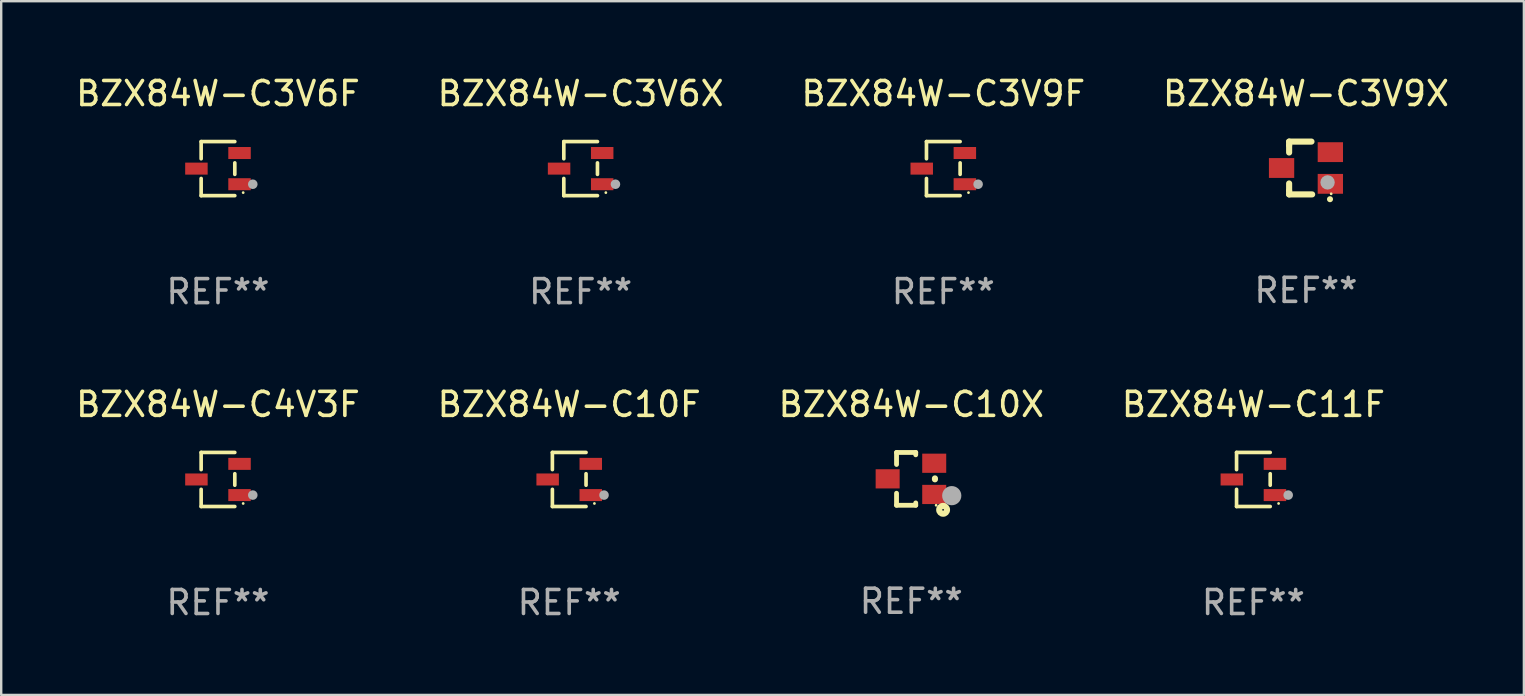
<source format=kicad_pcb>
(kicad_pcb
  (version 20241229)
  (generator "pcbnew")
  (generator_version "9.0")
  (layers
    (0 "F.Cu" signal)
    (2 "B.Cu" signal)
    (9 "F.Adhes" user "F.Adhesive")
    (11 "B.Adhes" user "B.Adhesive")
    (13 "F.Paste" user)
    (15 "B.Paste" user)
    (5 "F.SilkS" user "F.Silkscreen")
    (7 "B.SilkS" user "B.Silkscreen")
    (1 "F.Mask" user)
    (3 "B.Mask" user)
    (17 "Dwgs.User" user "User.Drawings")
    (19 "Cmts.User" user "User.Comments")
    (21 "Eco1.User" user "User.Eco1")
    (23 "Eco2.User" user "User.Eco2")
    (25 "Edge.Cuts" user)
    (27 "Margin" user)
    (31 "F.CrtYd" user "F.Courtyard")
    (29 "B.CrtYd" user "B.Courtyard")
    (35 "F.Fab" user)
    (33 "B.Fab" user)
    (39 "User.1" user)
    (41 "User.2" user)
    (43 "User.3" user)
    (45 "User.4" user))
  (footprint "BZX84W-C3V6X"
    (layer "F.Cu")
    (at 21.137 3.974)
    (property "Reference" "BZX84W-C3V6X" (at 0 -3.126 0) (layer "F.SilkS") (effects (font (size 1 1) (thickness 0.15))))
    (attr through_hole)
    (fp_line (start -0.701 -1.126) (end -0.701 -0.411) (stroke (width 0.152) (type solid)) (layer "F.SilkS"))
    (fp_line (start -0.701 1.126) (end -0.701 0.411) (stroke (width 0.152) (type solid)) (layer "F.SilkS"))
    (fp_line (start 0.701 -1.126) (end -0.701 -1.126) (stroke (width 0.152) (type solid)) (layer "F.SilkS"))
    (fp_line (start 0.701 -0.239) (end 0.701 0.239) (stroke (width 0.152) (type solid)) (layer "F.SilkS"))
    (fp_line (start 0.701 1.126) (end -0.701 1.126) (stroke (width 0.152) (type solid)) (layer "F.SilkS"))
    (fp_circle (center 1.05 1) (end 1.08 1) (stroke (width 0.06) (type solid)) (fill no) (layer "F.SilkS"))
    (fp_circle (center 1.45 0.65) (end 1.55 0.65) (stroke (width 0.2) (type solid)) (fill no) (layer "F.Fab"))
    (fp_text user "REF**" (at 0 5.126 0) (layer "F.Fab") (effects (font (size 1 1) (thickness 0.15))))
    (pad "1" smd rect (at 0.898 0.65) (size 0.936 0.5) (layers "F.Cu" "F.Mask" "F.Paste"))
    (pad "2" smd rect (at 0.898 -0.65) (size 0.936 0.5) (layers "F.Cu" "F.Mask" "F.Paste"))
    (pad "3" smd rect (at -0.898 0) (size 0.936 0.5) (layers "F.Cu" "F.Mask" "F.Paste")))
  (footprint "BZX84W-C3V9F"
    (layer "F.Cu")
    (at 36.244 3.974)
    (property "Reference" "BZX84W-C3V9F" (at 0 -3.126 0) (layer "F.SilkS") (effects (font (size 1 1) (thickness 0.15))))
    (attr through_hole)
    (fp_line (start -0.701 -1.126) (end -0.701 -0.411) (stroke (width 0.152) (type solid)) (layer "F.SilkS"))
    (fp_line (start -0.701 1.126) (end -0.701 0.411) (stroke (width 0.152) (type solid)) (layer "F.SilkS"))
    (fp_line (start 0.701 -1.126) (end -0.701 -1.126) (stroke (width 0.152) (type solid)) (layer "F.SilkS"))
    (fp_line (start 0.701 -0.239) (end 0.701 0.239) (stroke (width 0.152) (type solid)) (layer "F.SilkS"))
    (fp_line (start 0.701 1.126) (end -0.701 1.126) (stroke (width 0.152) (type solid)) (layer "F.SilkS"))
    (fp_circle (center 1.05 1) (end 1.08 1) (stroke (width 0.06) (type solid)) (fill no) (layer "F.SilkS"))
    (fp_circle (center 1.45 0.65) (end 1.55 0.65) (stroke (width 0.2) (type solid)) (fill no) (layer "F.Fab"))
    (fp_text user "REF**" (at 0 5.126 0) (layer "F.Fab") (effects (font (size 1 1) (thickness 0.15))))
    (pad "1" smd rect (at 0.898 0.65) (size 0.936 0.5) (layers "F.Cu" "F.Mask" "F.Paste"))
    (pad "2" smd rect (at 0.898 -0.65) (size 0.936 0.5) (layers "F.Cu" "F.Mask" "F.Paste"))
    (pad "3" smd rect (at -0.898 0) (size 0.936 0.5) (layers "F.Cu" "F.Mask" "F.Paste")))
  (footprint "BZX84W-C10X"
    (layer "F.Cu")
    (at 34.911 16.897)
    (property "Reference" "BZX84W-C10X" (at 0 -3.1 0) (layer "F.SilkS") (effects (font (size 1 1) (thickness 0.15))))
    (attr through_hole)
    (fp_line (start -0.615 -1.1) (end -0.615 -0.599) (stroke (width 0.2) (type solid)) (layer "F.SilkS"))
    (fp_line (start -0.615 1.1) (end -0.615 0.599) (stroke (width 0.2) (type solid)) (layer "F.SilkS"))
    (fp_line (start 0.185 -1.1) (end -0.615 -1.1) (stroke (width 0.2) (type solid)) (layer "F.SilkS"))
    (fp_line (start 0.185 -1.001) (end 0.185 -1.1) (stroke (width 0.2) (type solid)) (layer "F.SilkS"))
    (fp_line (start 0.185 1.001) (end 0.185 1.1) (stroke (width 0.2) (type solid)) (layer "F.SilkS"))
    (fp_line (start 0.185 1.1) (end -0.615 1.1) (stroke (width 0.2) (type solid)) (layer "F.SilkS"))
    (fp_line (start 0.985 0.019) (end 0.985 -0.019) (stroke (width 0.254) (type solid)) (layer "F.SilkS"))
    (fp_circle (center 1.035 1.1) (end 1.065 1.1) (stroke (width 0.06) (type solid)) (fill no) (layer "F.SilkS"))
    (fp_circle (center 1.325 1.29) (end 1.361 1.29) (stroke (width 0.254) (type solid)) (fill no) (layer "F.SilkS"))
    (fp_circle (center 1.685 0.7) (end 1.885 0.7) (stroke (width 0.4) (type solid)) (fill no) (layer "F.Fab"))
    (fp_text user "REF**" (at 0 5.1 0) (layer "F.Fab") (effects (font (size 1 1) (thickness 0.15))))
    (pad "1" smd rect (at 0.955 0.65 90) (size 0.8 1) (layers "F.Cu" "F.Mask" "F.Paste"))
    (pad "2" smd rect (at 0.955 -0.65 90) (size 0.8 1) (layers "F.Cu" "F.Mask" "F.Paste"))
    (pad "3" smd rect (at -0.985 -0.000267 90) (size 0.8 1) (layers "F.Cu" "F.Mask" "F.Paste")))
  (footprint "BZX84W-C3V6F"
    (layer "F.Cu")
    (at 6.03 3.974)
    (property "Reference" "BZX84W-C3V6F" (at 0 -3.126 0) (layer "F.SilkS") (effects (font (size 1 1) (thickness 0.15))))
    (attr through_hole)
    (fp_line (start -0.701 -1.126) (end -0.701 -0.411) (stroke (width 0.152) (type solid)) (layer "F.SilkS"))
    (fp_line (start -0.701 1.126) (end -0.701 0.411) (stroke (width 0.152) (type solid)) (layer "F.SilkS"))
    (fp_line (start 0.701 -1.126) (end -0.701 -1.126) (stroke (width 0.152) (type solid)) (layer "F.SilkS"))
    (fp_line (start 0.701 -0.239) (end 0.701 0.239) (stroke (width 0.152) (type solid)) (layer "F.SilkS"))
    (fp_line (start 0.701 1.126) (end -0.701 1.126) (stroke (width 0.152) (type solid)) (layer "F.SilkS"))
    (fp_circle (center 1.05 1) (end 1.08 1) (stroke (width 0.06) (type solid)) (fill no) (layer "F.SilkS"))
    (fp_circle (center 1.45 0.65) (end 1.55 0.65) (stroke (width 0.2) (type solid)) (fill no) (layer "F.Fab"))
    (fp_text user "REF**" (at 0 5.126 0) (layer "F.Fab") (effects (font (size 1 1) (thickness 0.15))))
    (pad "1" smd rect (at 0.898 0.65) (size 0.936 0.5) (layers "F.Cu" "F.Mask" "F.Paste"))
    (pad "2" smd rect (at 0.898 -0.65) (size 0.936 0.5) (layers "F.Cu" "F.Mask" "F.Paste"))
    (pad "3" smd rect (at -0.898 0) (size 0.936 0.5) (layers "F.Cu" "F.Mask" "F.Paste")))
  (footprint "BZX84W-C3V9X"
    (layer "F.Cu")
    (at 51.351 3.948)
    (property "Reference" "BZX84W-C3V9X" (at 0 -3.1 0) (layer "F.SilkS") (effects (font (size 1 1) (thickness 0.15))))
    (attr through_hole)
    (fp_line (start -0.701 -0.95) (end -0.701 -1.1) (stroke (width 0.254) (type solid)) (layer "F.SilkS"))
    (fp_line (start -0.701 -0.644) (end -0.701 -0.95) (stroke (width 0.254) (type solid)) (layer "F.SilkS"))
    (fp_line (start -0.701 0.95) (end -0.701 0.644) (stroke (width 0.254) (type solid)) (layer "F.SilkS"))
    (fp_line (start -0.701 0.95) (end -0.701 1.1) (stroke (width 0.254) (type solid)) (layer "F.SilkS"))
    (fp_line (start -0.7 -1.1) (end 0.23 -1.1) (stroke (width 0.254) (type solid)) (layer "F.SilkS"))
    (fp_line (start -0.7 1.1) (end 0.258 1.1) (stroke (width 0.254) (type solid)) (layer "F.SilkS"))
    (fp_arc (start 1 1.3) (mid 1.00127 1.299994) (end 1.00254 1.3) (stroke (width 0.24892) (type solid)) (layer "F.SilkS"))
    (fp_circle (center 1.05 1.075) (end 1.08 1.075) (stroke (width 0.06) (type solid)) (fill no) (layer "F.SilkS"))
    (fp_circle (center 0.9 0.6) (end 1.05 0.6) (stroke (width 0.3) (type solid)) (fill no) (layer "F.Fab"))
    (fp_text user "REF**" (at 0 5.1 0) (layer "F.Fab") (effects (font (size 1 1) (thickness 0.15))))
    (pad "1" smd rect (at 1.016 0.66) (size 1.054 0.826) (layers "F.Cu" "F.Mask" "F.Paste"))
    (pad "2" smd rect (at 1.016 -0.66) (size 1.054 0.826) (layers "F.Cu" "F.Mask" "F.Paste"))
    (pad "3" smd rect (at -1.016 0) (size 1.054 0.826) (layers "F.Cu" "F.Mask" "F.Paste")))
  (footprint "BZX84W-C10F"
    (layer "F.Cu")
    (at 20.661 16.923)
    (property "Reference" "BZX84W-C10F" (at 0 -3.126 0) (layer "F.SilkS") (effects (font (size 1 1) (thickness 0.15))))
    (attr through_hole)
    (fp_line (start -0.701 -1.126) (end -0.701 -0.411) (stroke (width 0.152) (type solid)) (layer "F.SilkS"))
    (fp_line (start -0.701 1.126) (end -0.701 0.411) (stroke (width 0.152) (type solid)) (layer "F.SilkS"))
    (fp_line (start 0.701 -1.126) (end -0.701 -1.126) (stroke (width 0.152) (type solid)) (layer "F.SilkS"))
    (fp_line (start 0.701 -0.239) (end 0.701 0.239) (stroke (width 0.152) (type solid)) (layer "F.SilkS"))
    (fp_line (start 0.701 1.126) (end -0.701 1.126) (stroke (width 0.152) (type solid)) (layer "F.SilkS"))
    (fp_circle (center 1.05 1) (end 1.08 1) (stroke (width 0.06) (type solid)) (fill no) (layer "F.SilkS"))
    (fp_circle (center 1.45 0.65) (end 1.55 0.65) (stroke (width 0.2) (type solid)) (fill no) (layer "F.Fab"))
    (fp_text user "REF**" (at 0 5.126 0) (layer "F.Fab") (effects (font (size 1 1) (thickness 0.15))))
    (pad "1" smd rect (at 0.898 0.65) (size 0.936 0.5) (layers "F.Cu" "F.Mask" "F.Paste"))
    (pad "2" smd rect (at 0.898 -0.65) (size 0.936 0.5) (layers "F.Cu" "F.Mask" "F.Paste"))
    (pad "3" smd rect (at -0.898 0) (size 0.936 0.5) (layers "F.Cu" "F.Mask" "F.Paste")))
  (footprint "BZX84W-C4V3F"
    (layer "F.Cu")
    (at 6.03 16.923)
    (property "Reference" "BZX84W-C4V3F" (at 0 -3.126 0) (layer "F.SilkS") (effects (font (size 1 1) (thickness 0.15))))
    (attr through_hole)
    (fp_line (start -0.701 -1.126) (end -0.701 -0.411) (stroke (width 0.152) (type solid)) (layer "F.SilkS"))
    (fp_line (start -0.701 1.126) (end -0.701 0.411) (stroke (width 0.152) (type solid)) (layer "F.SilkS"))
    (fp_line (start 0.701 -1.126) (end -0.701 -1.126) (stroke (width 0.152) (type solid)) (layer "F.SilkS"))
    (fp_line (start 0.701 -0.239) (end 0.701 0.239) (stroke (width 0.152) (type solid)) (layer "F.SilkS"))
    (fp_line (start 0.701 1.126) (end -0.701 1.126) (stroke (width 0.152) (type solid)) (layer "F.SilkS"))
    (fp_circle (center 1.05 1) (end 1.08 1) (stroke (width 0.06) (type solid)) (fill no) (layer "F.SilkS"))
    (fp_circle (center 1.45 0.65) (end 1.55 0.65) (stroke (width 0.2) (type solid)) (fill no) (layer "F.Fab"))
    (fp_text user "REF**" (at 0 5.126 0) (layer "F.Fab") (effects (font (size 1 1) (thickness 0.15))))
    (pad "1" smd rect (at 0.898 0.65) (size 0.936 0.5) (layers "F.Cu" "F.Mask" "F.Paste"))
    (pad "2" smd rect (at 0.898 -0.65) (size 0.936 0.5) (layers "F.Cu" "F.Mask" "F.Paste"))
    (pad "3" smd rect (at -0.898 0) (size 0.936 0.5) (layers "F.Cu" "F.Mask" "F.Paste")))
  (footprint "BZX84W-C11F"
    (layer "F.Cu")
    (at 49.161 16.923)
    (property "Reference" "BZX84W-C11F" (at 0 -3.126 0) (layer "F.SilkS") (effects (font (size 1 1) (thickness 0.15))))
    (attr through_hole)
    (fp_line (start -0.701 -1.126) (end -0.701 -0.411) (stroke (width 0.152) (type solid)) (layer "F.SilkS"))
    (fp_line (start -0.701 1.126) (end -0.701 0.411) (stroke (width 0.152) (type solid)) (layer "F.SilkS"))
    (fp_line (start 0.701 -1.126) (end -0.701 -1.126) (stroke (width 0.152) (type solid)) (layer "F.SilkS"))
    (fp_line (start 0.701 -0.239) (end 0.701 0.239) (stroke (width 0.152) (type solid)) (layer "F.SilkS"))
    (fp_line (start 0.701 1.126) (end -0.701 1.126) (stroke (width 0.152) (type solid)) (layer "F.SilkS"))
    (fp_circle (center 1.05 1) (end 1.08 1) (stroke (width 0.06) (type solid)) (fill no) (layer "F.SilkS"))
    (fp_circle (center 1.45 0.65) (end 1.55 0.65) (stroke (width 0.2) (type solid)) (fill no) (layer "F.Fab"))
    (fp_text user "REF**" (at 0 5.126 0) (layer "F.Fab") (effects (font (size 1 1) (thickness 0.15))))
    (pad "1" smd rect (at 0.898 0.65) (size 0.936 0.5) (layers "F.Cu" "F.Mask" "F.Paste"))
    (pad "2" smd rect (at 0.898 -0.65) (size 0.936 0.5) (layers "F.Cu" "F.Mask" "F.Paste"))
    (pad "3" smd rect (at -0.898 0) (size 0.936 0.5) (layers "F.Cu" "F.Mask" "F.Paste")))
  (gr_rect
    (start -3 -3)
    (end 60.429 25.898)
    (stroke (width 0.1) (type default))
    (fill no)
    (layer "Edge.Cuts")))
</source>
